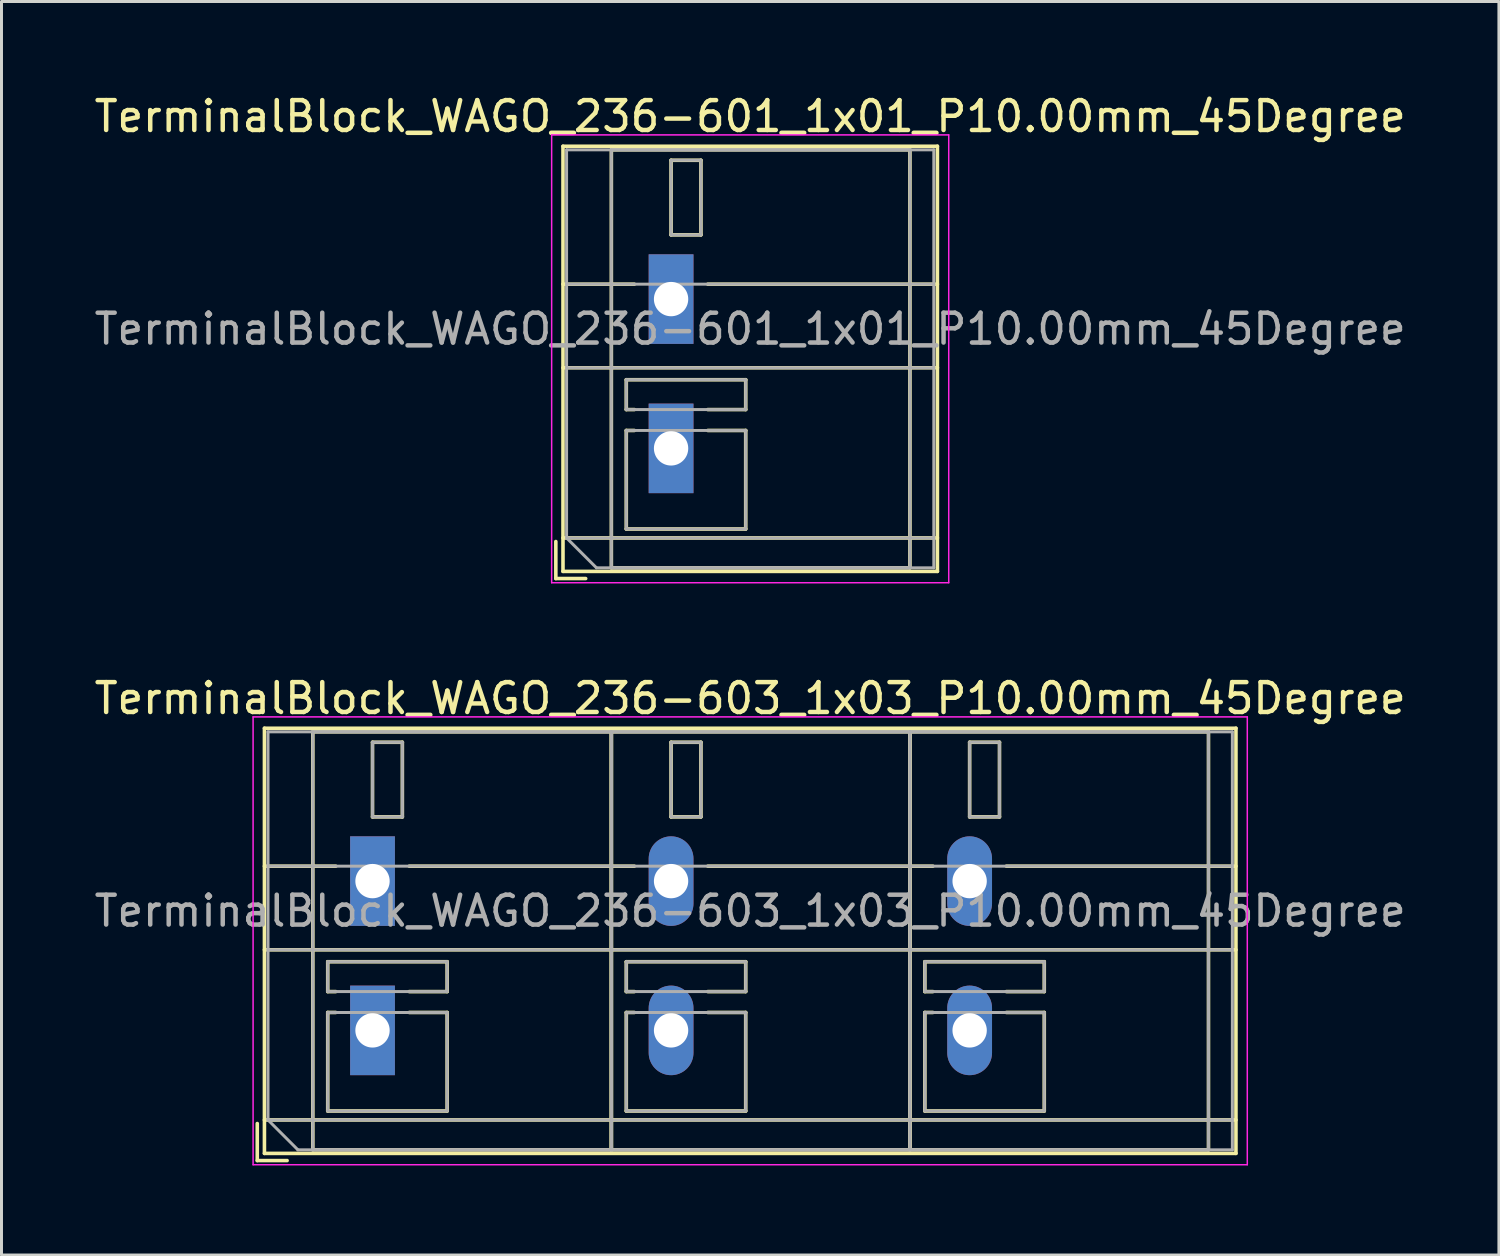
<source format=kicad_pcb>
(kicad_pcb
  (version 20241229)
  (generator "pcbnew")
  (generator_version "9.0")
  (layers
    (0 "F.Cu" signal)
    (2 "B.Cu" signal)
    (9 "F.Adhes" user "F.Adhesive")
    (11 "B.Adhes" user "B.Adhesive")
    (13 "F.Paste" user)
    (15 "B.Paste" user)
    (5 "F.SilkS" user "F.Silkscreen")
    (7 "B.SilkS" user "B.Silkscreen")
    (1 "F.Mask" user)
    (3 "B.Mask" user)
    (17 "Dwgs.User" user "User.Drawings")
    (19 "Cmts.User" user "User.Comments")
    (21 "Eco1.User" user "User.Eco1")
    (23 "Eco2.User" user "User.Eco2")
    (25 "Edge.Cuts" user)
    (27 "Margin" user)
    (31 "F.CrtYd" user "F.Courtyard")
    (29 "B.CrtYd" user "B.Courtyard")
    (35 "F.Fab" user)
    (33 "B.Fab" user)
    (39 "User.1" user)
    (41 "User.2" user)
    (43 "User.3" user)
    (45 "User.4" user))
  (footprint "TerminalBlock_WAGO_236-603_1x03_P10.00mm_45Degree"
    (layer "F.Cu")
    (at 9.427 26.462)
    (property "Reference" "TerminalBlock_WAGO_236-603_1x03_P10.00mm_45Degree" (at 12.65 -6.12 0) (layer "F.SilkS") (effects (font (size 1 1) (thickness 0.15))))
    (attr through_hole)
    (fp_line (start -3.86 8.12) (end -3.86 9.36) (stroke (width 0.12) (type solid)) (layer "F.SilkS"))
    (fp_line (start -3.86 9.36) (end -2.86 9.36) (stroke (width 0.12) (type solid)) (layer "F.SilkS"))
    (fp_line (start -3.62 -5.12) (end -3.62 9.12) (stroke (width 0.12) (type solid)) (layer "F.SilkS"))
    (fp_line (start -3.62 -5.12) (end 28.92 -5.12) (stroke (width 0.12) (type solid)) (layer "F.SilkS"))
    (fp_line (start -3.62 -0.5) (end -1.23 -0.5) (stroke (width 0.12) (type solid)) (layer "F.SilkS"))
    (fp_line (start -3.62 2.3) (end 28.92 2.3) (stroke (width 0.12) (type solid)) (layer "F.SilkS"))
    (fp_line (start -3.62 8) (end 28.92 8) (stroke (width 0.12) (type solid)) (layer "F.SilkS"))
    (fp_line (start -3.62 9.12) (end 28.92 9.12) (stroke (width 0.12) (type solid)) (layer "F.SilkS"))
    (fp_line (start -2 -5) (end -2 9) (stroke (width 0.12) (type solid)) (layer "F.SilkS"))
    (fp_line (start -2 -5) (end 8 -5) (stroke (width 0.12) (type solid)) (layer "F.SilkS"))
    (fp_line (start -2 9) (end 8 9) (stroke (width 0.12) (type solid)) (layer "F.SilkS"))
    (fp_line (start -1.5 2.7) (end -1.5 3.7) (stroke (width 0.12) (type solid)) (layer "F.SilkS"))
    (fp_line (start -1.5 2.7) (end 2.5 2.7) (stroke (width 0.12) (type solid)) (layer "F.SilkS"))
    (fp_line (start -1.5 3.7) (end -1.23 3.7) (stroke (width 0.12) (type solid)) (layer "F.SilkS"))
    (fp_line (start -1.5 4.4) (end -1.5 7.7) (stroke (width 0.12) (type solid)) (layer "F.SilkS"))
    (fp_line (start -1.5 4.4) (end -1.23 4.4) (stroke (width 0.12) (type solid)) (layer "F.SilkS"))
    (fp_line (start -1.5 7.7) (end 2.5 7.7) (stroke (width 0.12) (type solid)) (layer "F.SilkS"))
    (fp_line (start 0 -4.65) (end 0 -2.151) (stroke (width 0.12) (type solid)) (layer "F.SilkS"))
    (fp_line (start 0 -4.65) (end 1 -4.65) (stroke (width 0.12) (type solid)) (layer "F.SilkS"))
    (fp_line (start 0 -2.151) (end 1 -2.151) (stroke (width 0.12) (type solid)) (layer "F.SilkS"))
    (fp_line (start 1 -4.65) (end 1 -2.151) (stroke (width 0.12) (type solid)) (layer "F.SilkS"))
    (fp_line (start 1.23 -0.5) (end 8.77 -0.5) (stroke (width 0.12) (type solid)) (layer "F.SilkS"))
    (fp_line (start 1.23 3.7) (end 2.5 3.7) (stroke (width 0.12) (type solid)) (layer "F.SilkS"))
    (fp_line (start 1.23 4.4) (end 2.5 4.4) (stroke (width 0.12) (type solid)) (layer "F.SilkS"))
    (fp_line (start 2.5 2.7) (end 2.5 3.7) (stroke (width 0.12) (type solid)) (layer "F.SilkS"))
    (fp_line (start 2.5 4.4) (end 2.5 7.7) (stroke (width 0.12) (type solid)) (layer "F.SilkS"))
    (fp_line (start 8 -5) (end 8 9) (stroke (width 0.12) (type solid)) (layer "F.SilkS"))
    (fp_line (start 8 -5) (end 8 9) (stroke (width 0.12) (type solid)) (layer "F.SilkS"))
    (fp_line (start 8 -5) (end 18 -5) (stroke (width 0.12) (type solid)) (layer "F.SilkS"))
    (fp_line (start 8 9) (end 18 9) (stroke (width 0.12) (type solid)) (layer "F.SilkS"))
    (fp_line (start 8.5 2.7) (end 8.5 3.7) (stroke (width 0.12) (type solid)) (layer "F.SilkS"))
    (fp_line (start 8.5 2.7) (end 12.5 2.7) (stroke (width 0.12) (type solid)) (layer "F.SilkS"))
    (fp_line (start 8.5 3.7) (end 8.77 3.7) (stroke (width 0.12) (type solid)) (layer "F.SilkS"))
    (fp_line (start 8.5 4.4) (end 8.5 7.7) (stroke (width 0.12) (type solid)) (layer "F.SilkS"))
    (fp_line (start 8.5 4.4) (end 8.77 4.4) (stroke (width 0.12) (type solid)) (layer "F.SilkS"))
    (fp_line (start 8.5 7.7) (end 12.5 7.7) (stroke (width 0.12) (type solid)) (layer "F.SilkS"))
    (fp_line (start 10 -4.65) (end 10 -2.151) (stroke (width 0.12) (type solid)) (layer "F.SilkS"))
    (fp_line (start 10 -4.65) (end 11 -4.65) (stroke (width 0.12) (type solid)) (layer "F.SilkS"))
    (fp_line (start 10 -2.151) (end 11 -2.151) (stroke (width 0.12) (type solid)) (layer "F.SilkS"))
    (fp_line (start 11 -4.65) (end 11 -2.151) (stroke (width 0.12) (type solid)) (layer "F.SilkS"))
    (fp_line (start 11.23 -0.5) (end 18.77 -0.5) (stroke (width 0.12) (type solid)) (layer "F.SilkS"))
    (fp_line (start 11.23 3.7) (end 12.5 3.7) (stroke (width 0.12) (type solid)) (layer "F.SilkS"))
    (fp_line (start 11.23 4.4) (end 12.5 4.4) (stroke (width 0.12) (type solid)) (layer "F.SilkS"))
    (fp_line (start 12.5 2.7) (end 12.5 3.7) (stroke (width 0.12) (type solid)) (layer "F.SilkS"))
    (fp_line (start 12.5 4.4) (end 12.5 7.7) (stroke (width 0.12) (type solid)) (layer "F.SilkS"))
    (fp_line (start 18 -5) (end 18 9) (stroke (width 0.12) (type solid)) (layer "F.SilkS"))
    (fp_line (start 18 -5) (end 18 9) (stroke (width 0.12) (type solid)) (layer "F.SilkS"))
    (fp_line (start 18 -5) (end 28 -5) (stroke (width 0.12) (type solid)) (layer "F.SilkS"))
    (fp_line (start 18 9) (end 28 9) (stroke (width 0.12) (type solid)) (layer "F.SilkS"))
    (fp_line (start 18.5 2.7) (end 18.5 3.7) (stroke (width 0.12) (type solid)) (layer "F.SilkS"))
    (fp_line (start 18.5 2.7) (end 22.5 2.7) (stroke (width 0.12) (type solid)) (layer "F.SilkS"))
    (fp_line (start 18.5 3.7) (end 18.77 3.7) (stroke (width 0.12) (type solid)) (layer "F.SilkS"))
    (fp_line (start 18.5 4.4) (end 18.5 7.7) (stroke (width 0.12) (type solid)) (layer "F.SilkS"))
    (fp_line (start 18.5 4.4) (end 18.77 4.4) (stroke (width 0.12) (type solid)) (layer "F.SilkS"))
    (fp_line (start 18.5 7.7) (end 22.5 7.7) (stroke (width 0.12) (type solid)) (layer "F.SilkS"))
    (fp_line (start 20 -4.65) (end 20 -2.151) (stroke (width 0.12) (type solid)) (layer "F.SilkS"))
    (fp_line (start 20 -4.65) (end 21 -4.65) (stroke (width 0.12) (type solid)) (layer "F.SilkS"))
    (fp_line (start 20 -2.151) (end 21 -2.151) (stroke (width 0.12) (type solid)) (layer "F.SilkS"))
    (fp_line (start 21 -4.65) (end 21 -2.151) (stroke (width 0.12) (type solid)) (layer "F.SilkS"))
    (fp_line (start 21.23 -0.5) (end 28.92 -0.5) (stroke (width 0.12) (type solid)) (layer "F.SilkS"))
    (fp_line (start 21.23 3.7) (end 22.5 3.7) (stroke (width 0.12) (type solid)) (layer "F.SilkS"))
    (fp_line (start 21.23 4.4) (end 22.5 4.4) (stroke (width 0.12) (type solid)) (layer "F.SilkS"))
    (fp_line (start 22.5 2.7) (end 22.5 3.7) (stroke (width 0.12) (type solid)) (layer "F.SilkS"))
    (fp_line (start 22.5 4.4) (end 22.5 7.7) (stroke (width 0.12) (type solid)) (layer "F.SilkS"))
    (fp_line (start 28 -5) (end 28 9) (stroke (width 0.12) (type solid)) (layer "F.SilkS"))
    (fp_line (start 28.92 -5.12) (end 28.92 9.12) (stroke (width 0.12) (type solid)) (layer "F.SilkS"))
    (fp_line (start -4 -5.5) (end -4 9.5) (stroke (width 0.05) (type solid)) (layer "F.CrtYd"))
    (fp_line (start -4 9.5) (end 29.3 9.5) (stroke (width 0.05) (type solid)) (layer "F.CrtYd"))
    (fp_line (start 29.3 -5.5) (end -4 -5.5) (stroke (width 0.05) (type solid)) (layer "F.CrtYd"))
    (fp_line (start 29.3 9.5) (end 29.3 -5.5) (stroke (width 0.05) (type solid)) (layer "F.CrtYd"))
    (fp_line (start -3.5 -5) (end 28.8 -5) (stroke (width 0.1) (type solid)) (layer "F.Fab"))
    (fp_line (start -3.5 -0.5) (end 28.8 -0.5) (stroke (width 0.1) (type solid)) (layer "F.Fab"))
    (fp_line (start -3.5 2.3) (end 28.8 2.3) (stroke (width 0.1) (type solid)) (layer "F.Fab"))
    (fp_line (start -3.5 8) (end -3.5 -5) (stroke (width 0.1) (type solid)) (layer "F.Fab"))
    (fp_line (start -3.5 8) (end 28.8 8) (stroke (width 0.1) (type solid)) (layer "F.Fab"))
    (fp_line (start -2.5 9) (end -3.5 8) (stroke (width 0.1) (type solid)) (layer "F.Fab"))
    (fp_line (start -2 -5) (end -2 9) (stroke (width 0.1) (type solid)) (layer "F.Fab"))
    (fp_line (start -2 9) (end 8 9) (stroke (width 0.1) (type solid)) (layer "F.Fab"))
    (fp_line (start -1.5 2.7) (end -1.5 3.7) (stroke (width 0.1) (type solid)) (layer "F.Fab"))
    (fp_line (start -1.5 3.7) (end 2.5 3.7) (stroke (width 0.1) (type solid)) (layer "F.Fab"))
    (fp_line (start -1.5 4.4) (end -1.5 7.7) (stroke (width 0.1) (type solid)) (layer "F.Fab"))
    (fp_line (start -1.5 7.7) (end 2.5 7.7) (stroke (width 0.1) (type solid)) (layer "F.Fab"))
    (fp_line (start 0 -4.65) (end 0 -2.15) (stroke (width 0.1) (type solid)) (layer "F.Fab"))
    (fp_line (start 0 -2.15) (end 1 -2.15) (stroke (width 0.1) (type solid)) (layer "F.Fab"))
    (fp_line (start 1 -4.65) (end 0 -4.65) (stroke (width 0.1) (type solid)) (layer "F.Fab"))
    (fp_line (start 1 -2.15) (end 1 -4.65) (stroke (width 0.1) (type solid)) (layer "F.Fab"))
    (fp_line (start 2.5 2.7) (end -1.5 2.7) (stroke (width 0.1) (type solid)) (layer "F.Fab"))
    (fp_line (start 2.5 3.7) (end 2.5 2.7) (stroke (width 0.1) (type solid)) (layer "F.Fab"))
    (fp_line (start 2.5 4.4) (end -1.5 4.4) (stroke (width 0.1) (type solid)) (layer "F.Fab"))
    (fp_line (start 2.5 7.7) (end 2.5 4.4) (stroke (width 0.1) (type solid)) (layer "F.Fab"))
    (fp_line (start 8 -5) (end -2 -5) (stroke (width 0.1) (type solid)) (layer "F.Fab"))
    (fp_line (start 8 -5) (end 8 9) (stroke (width 0.1) (type solid)) (layer "F.Fab"))
    (fp_line (start 8 9) (end 8 -5) (stroke (width 0.1) (type solid)) (layer "F.Fab"))
    (fp_line (start 8 9) (end 18 9) (stroke (width 0.1) (type solid)) (layer "F.Fab"))
    (fp_line (start 8.5 2.7) (end 8.5 3.7) (stroke (width 0.1) (type solid)) (layer "F.Fab"))
    (fp_line (start 8.5 3.7) (end 12.5 3.7) (stroke (width 0.1) (type solid)) (layer "F.Fab"))
    (fp_line (start 8.5 4.4) (end 8.5 7.7) (stroke (width 0.1) (type solid)) (layer "F.Fab"))
    (fp_line (start 8.5 7.7) (end 12.5 7.7) (stroke (width 0.1) (type solid)) (layer "F.Fab"))
    (fp_line (start 10 -4.65) (end 10 -2.15) (stroke (width 0.1) (type solid)) (layer "F.Fab"))
    (fp_line (start 10 -2.15) (end 11 -2.15) (stroke (width 0.1) (type solid)) (layer "F.Fab"))
    (fp_line (start 11 -4.65) (end 10 -4.65) (stroke (width 0.1) (type solid)) (layer "F.Fab"))
    (fp_line (start 11 -2.15) (end 11 -4.65) (stroke (width 0.1) (type solid)) (layer "F.Fab"))
    (fp_line (start 12.5 2.7) (end 8.5 2.7) (stroke (width 0.1) (type solid)) (layer "F.Fab"))
    (fp_line (start 12.5 3.7) (end 12.5 2.7) (stroke (width 0.1) (type solid)) (layer "F.Fab"))
    (fp_line (start 12.5 4.4) (end 8.5 4.4) (stroke (width 0.1) (type solid)) (layer "F.Fab"))
    (fp_line (start 12.5 7.7) (end 12.5 4.4) (stroke (width 0.1) (type solid)) (layer "F.Fab"))
    (fp_line (start 18 -5) (end 8 -5) (stroke (width 0.1) (type solid)) (layer "F.Fab"))
    (fp_line (start 18 -5) (end 18 9) (stroke (width 0.1) (type solid)) (layer "F.Fab"))
    (fp_line (start 18 9) (end 18 -5) (stroke (width 0.1) (type solid)) (layer "F.Fab"))
    (fp_line (start 18 9) (end 28 9) (stroke (width 0.1) (type solid)) (layer "F.Fab"))
    (fp_line (start 18.5 2.7) (end 18.5 3.7) (stroke (width 0.1) (type solid)) (layer "F.Fab"))
    (fp_line (start 18.5 3.7) (end 22.5 3.7) (stroke (width 0.1) (type solid)) (layer "F.Fab"))
    (fp_line (start 18.5 4.4) (end 18.5 7.7) (stroke (width 0.1) (type solid)) (layer "F.Fab"))
    (fp_line (start 18.5 7.7) (end 22.5 7.7) (stroke (width 0.1) (type solid)) (layer "F.Fab"))
    (fp_line (start 20 -4.65) (end 20 -2.15) (stroke (width 0.1) (type solid)) (layer "F.Fab"))
    (fp_line (start 20 -2.15) (end 21 -2.15) (stroke (width 0.1) (type solid)) (layer "F.Fab"))
    (fp_line (start 21 -4.65) (end 20 -4.65) (stroke (width 0.1) (type solid)) (layer "F.Fab"))
    (fp_line (start 21 -2.15) (end 21 -4.65) (stroke (width 0.1) (type solid)) (layer "F.Fab"))
    (fp_line (start 22.5 2.7) (end 18.5 2.7) (stroke (width 0.1) (type solid)) (layer "F.Fab"))
    (fp_line (start 22.5 3.7) (end 22.5 2.7) (stroke (width 0.1) (type solid)) (layer "F.Fab"))
    (fp_line (start 22.5 4.4) (end 18.5 4.4) (stroke (width 0.1) (type solid)) (layer "F.Fab"))
    (fp_line (start 22.5 7.7) (end 22.5 4.4) (stroke (width 0.1) (type solid)) (layer "F.Fab"))
    (fp_line (start 28 -5) (end 18 -5) (stroke (width 0.1) (type solid)) (layer "F.Fab"))
    (fp_line (start 28 9) (end 28 -5) (stroke (width 0.1) (type solid)) (layer "F.Fab"))
    (fp_line (start 28.8 -5) (end 28.8 9) (stroke (width 0.1) (type solid)) (layer "F.Fab"))
    (fp_line (start 28.8 9) (end -2.5 9) (stroke (width 0.1) (type solid)) (layer "F.Fab"))
    (fp_text user "${REFERENCE}" (at 12.65 1 0) (layer "F.Fab") (effects (font (size 1 1) (thickness 0.15))))
    (pad "1" thru_hole rect (at 0 0) (size 1.5 3) (drill 1.15) (layers "*.Cu" "*.Mask"))
    (pad "1" thru_hole rect (at 0 5) (size 1.5 3) (drill 1.15) (layers "*.Cu" "*.Mask"))
    (pad "2" thru_hole oval (at 10 0) (size 1.5 3) (drill 1.15) (layers "*.Cu" "*.Mask"))
    (pad "2" thru_hole oval (at 10 5) (size 1.5 3) (drill 1.15) (layers "*.Cu" "*.Mask"))
    (pad "3" thru_hole oval (at 20 0) (size 1.5 3) (drill 1.15) (layers "*.Cu" "*.Mask"))
    (pad "3" thru_hole oval (at 20 5) (size 1.5 3) (drill 1.15) (layers "*.Cu" "*.Mask")))
  (footprint "TerminalBlock_WAGO_236-601_1x01_P10.00mm_45Degree"
    (layer "F.Cu")
    (at 19.427 6.968)
    (property "Reference" "TerminalBlock_WAGO_236-601_1x01_P10.00mm_45Degree" (at 2.65 -6.12 0) (layer "F.SilkS") (effects (font (size 1 1) (thickness 0.15))))
    (attr through_hole)
    (fp_line (start -3.86 8.12) (end -3.86 9.36) (stroke (width 0.12) (type solid)) (layer "F.SilkS"))
    (fp_line (start -3.86 9.36) (end -2.86 9.36) (stroke (width 0.12) (type solid)) (layer "F.SilkS"))
    (fp_line (start -3.62 -5.12) (end -3.62 9.12) (stroke (width 0.12) (type solid)) (layer "F.SilkS"))
    (fp_line (start -3.62 -5.12) (end 8.921 -5.12) (stroke (width 0.12) (type solid)) (layer "F.SilkS"))
    (fp_line (start -3.62 -0.5) (end -1.23 -0.5) (stroke (width 0.12) (type solid)) (layer "F.SilkS"))
    (fp_line (start -3.62 2.3) (end 8.921 2.3) (stroke (width 0.12) (type solid)) (layer "F.SilkS"))
    (fp_line (start -3.62 8) (end 8.921 8) (stroke (width 0.12) (type solid)) (layer "F.SilkS"))
    (fp_line (start -3.62 9.12) (end 8.921 9.12) (stroke (width 0.12) (type solid)) (layer "F.SilkS"))
    (fp_line (start -2 -5) (end -2 9) (stroke (width 0.12) (type solid)) (layer "F.SilkS"))
    (fp_line (start -2 -5) (end 8 -5) (stroke (width 0.12) (type solid)) (layer "F.SilkS"))
    (fp_line (start -2 9) (end 8 9) (stroke (width 0.12) (type solid)) (layer "F.SilkS"))
    (fp_line (start -1.5 2.7) (end -1.5 3.7) (stroke (width 0.12) (type solid)) (layer "F.SilkS"))
    (fp_line (start -1.5 2.7) (end 2.5 2.7) (stroke (width 0.12) (type solid)) (layer "F.SilkS"))
    (fp_line (start -1.5 3.7) (end -1.23 3.7) (stroke (width 0.12) (type solid)) (layer "F.SilkS"))
    (fp_line (start -1.5 4.4) (end -1.5 7.7) (stroke (width 0.12) (type solid)) (layer "F.SilkS"))
    (fp_line (start -1.5 4.4) (end -1.23 4.4) (stroke (width 0.12) (type solid)) (layer "F.SilkS"))
    (fp_line (start -1.5 7.7) (end 2.5 7.7) (stroke (width 0.12) (type solid)) (layer "F.SilkS"))
    (fp_line (start 0 -4.65) (end 0 -2.151) (stroke (width 0.12) (type solid)) (layer "F.SilkS"))
    (fp_line (start 0 -4.65) (end 1 -4.65) (stroke (width 0.12) (type solid)) (layer "F.SilkS"))
    (fp_line (start 0 -2.151) (end 1 -2.151) (stroke (width 0.12) (type solid)) (layer "F.SilkS"))
    (fp_line (start 1 -4.65) (end 1 -2.151) (stroke (width 0.12) (type solid)) (layer "F.SilkS"))
    (fp_line (start 1.23 -0.5) (end 8.921 -0.5) (stroke (width 0.12) (type solid)) (layer "F.SilkS"))
    (fp_line (start 1.23 3.7) (end 2.5 3.7) (stroke (width 0.12) (type solid)) (layer "F.SilkS"))
    (fp_line (start 1.23 4.4) (end 2.5 4.4) (stroke (width 0.12) (type solid)) (layer "F.SilkS"))
    (fp_line (start 2.5 2.7) (end 2.5 3.7) (stroke (width 0.12) (type solid)) (layer "F.SilkS"))
    (fp_line (start 2.5 4.4) (end 2.5 7.7) (stroke (width 0.12) (type solid)) (layer "F.SilkS"))
    (fp_line (start 8 -5) (end 8 9) (stroke (width 0.12) (type solid)) (layer "F.SilkS"))
    (fp_line (start 8.921 -5.12) (end 8.921 9.12) (stroke (width 0.12) (type solid)) (layer "F.SilkS"))
    (fp_line (start -4 -5.5) (end -4 9.5) (stroke (width 0.05) (type solid)) (layer "F.CrtYd"))
    (fp_line (start -4 9.5) (end 9.3 9.5) (stroke (width 0.05) (type solid)) (layer "F.CrtYd"))
    (fp_line (start 9.3 -5.5) (end -4 -5.5) (stroke (width 0.05) (type solid)) (layer "F.CrtYd"))
    (fp_line (start 9.3 9.5) (end 9.3 -5.5) (stroke (width 0.05) (type solid)) (layer "F.CrtYd"))
    (fp_line (start -3.5 -5) (end 8.8 -5) (stroke (width 0.1) (type solid)) (layer "F.Fab"))
    (fp_line (start -3.5 -0.5) (end 8.8 -0.5) (stroke (width 0.1) (type solid)) (layer "F.Fab"))
    (fp_line (start -3.5 2.3) (end 8.8 2.3) (stroke (width 0.1) (type solid)) (layer "F.Fab"))
    (fp_line (start -3.5 8) (end -3.5 -5) (stroke (width 0.1) (type solid)) (layer "F.Fab"))
    (fp_line (start -3.5 8) (end 8.8 8) (stroke (width 0.1) (type solid)) (layer "F.Fab"))
    (fp_line (start -2.5 9) (end -3.5 8) (stroke (width 0.1) (type solid)) (layer "F.Fab"))
    (fp_line (start -2 -5) (end -2 9) (stroke (width 0.1) (type solid)) (layer "F.Fab"))
    (fp_line (start -2 9) (end 8 9) (stroke (width 0.1) (type solid)) (layer "F.Fab"))
    (fp_line (start -1.5 2.7) (end -1.5 3.7) (stroke (width 0.1) (type solid)) (layer "F.Fab"))
    (fp_line (start -1.5 3.7) (end 2.5 3.7) (stroke (width 0.1) (type solid)) (layer "F.Fab"))
    (fp_line (start -1.5 4.4) (end -1.5 7.7) (stroke (width 0.1) (type solid)) (layer "F.Fab"))
    (fp_line (start -1.5 7.7) (end 2.5 7.7) (stroke (width 0.1) (type solid)) (layer "F.Fab"))
    (fp_line (start 0 -4.65) (end 0 -2.15) (stroke (width 0.1) (type solid)) (layer "F.Fab"))
    (fp_line (start 0 -2.15) (end 1 -2.15) (stroke (width 0.1) (type solid)) (layer "F.Fab"))
    (fp_line (start 1 -4.65) (end 0 -4.65) (stroke (width 0.1) (type solid)) (layer "F.Fab"))
    (fp_line (start 1 -2.15) (end 1 -4.65) (stroke (width 0.1) (type solid)) (layer "F.Fab"))
    (fp_line (start 2.5 2.7) (end -1.5 2.7) (stroke (width 0.1) (type solid)) (layer "F.Fab"))
    (fp_line (start 2.5 3.7) (end 2.5 2.7) (stroke (width 0.1) (type solid)) (layer "F.Fab"))
    (fp_line (start 2.5 4.4) (end -1.5 4.4) (stroke (width 0.1) (type solid)) (layer "F.Fab"))
    (fp_line (start 2.5 7.7) (end 2.5 4.4) (stroke (width 0.1) (type solid)) (layer "F.Fab"))
    (fp_line (start 8 -5) (end -2 -5) (stroke (width 0.1) (type solid)) (layer "F.Fab"))
    (fp_line (start 8 9) (end 8 -5) (stroke (width 0.1) (type solid)) (layer "F.Fab"))
    (fp_line (start 8.8 -5) (end 8.8 9) (stroke (width 0.1) (type solid)) (layer "F.Fab"))
    (fp_line (start 8.8 9) (end -2.5 9) (stroke (width 0.1) (type solid)) (layer "F.Fab"))
    (fp_text user "${REFERENCE}" (at 2.65 1 0) (layer "F.Fab") (effects (font (size 1 1) (thickness 0.15))))
    (pad "1" thru_hole rect (at 0 0) (size 1.5 3) (drill 1.15) (layers "*.Cu" "*.Mask"))
    (pad "1" thru_hole rect (at 0 5) (size 1.5 3) (drill 1.15) (layers "*.Cu" "*.Mask")))
  (gr_rect
    (start -3 -3)
    (end 47.155 38.986)
    (stroke (width 0.1) (type default))
    (fill no)
    (layer "Edge.Cuts")))
</source>
